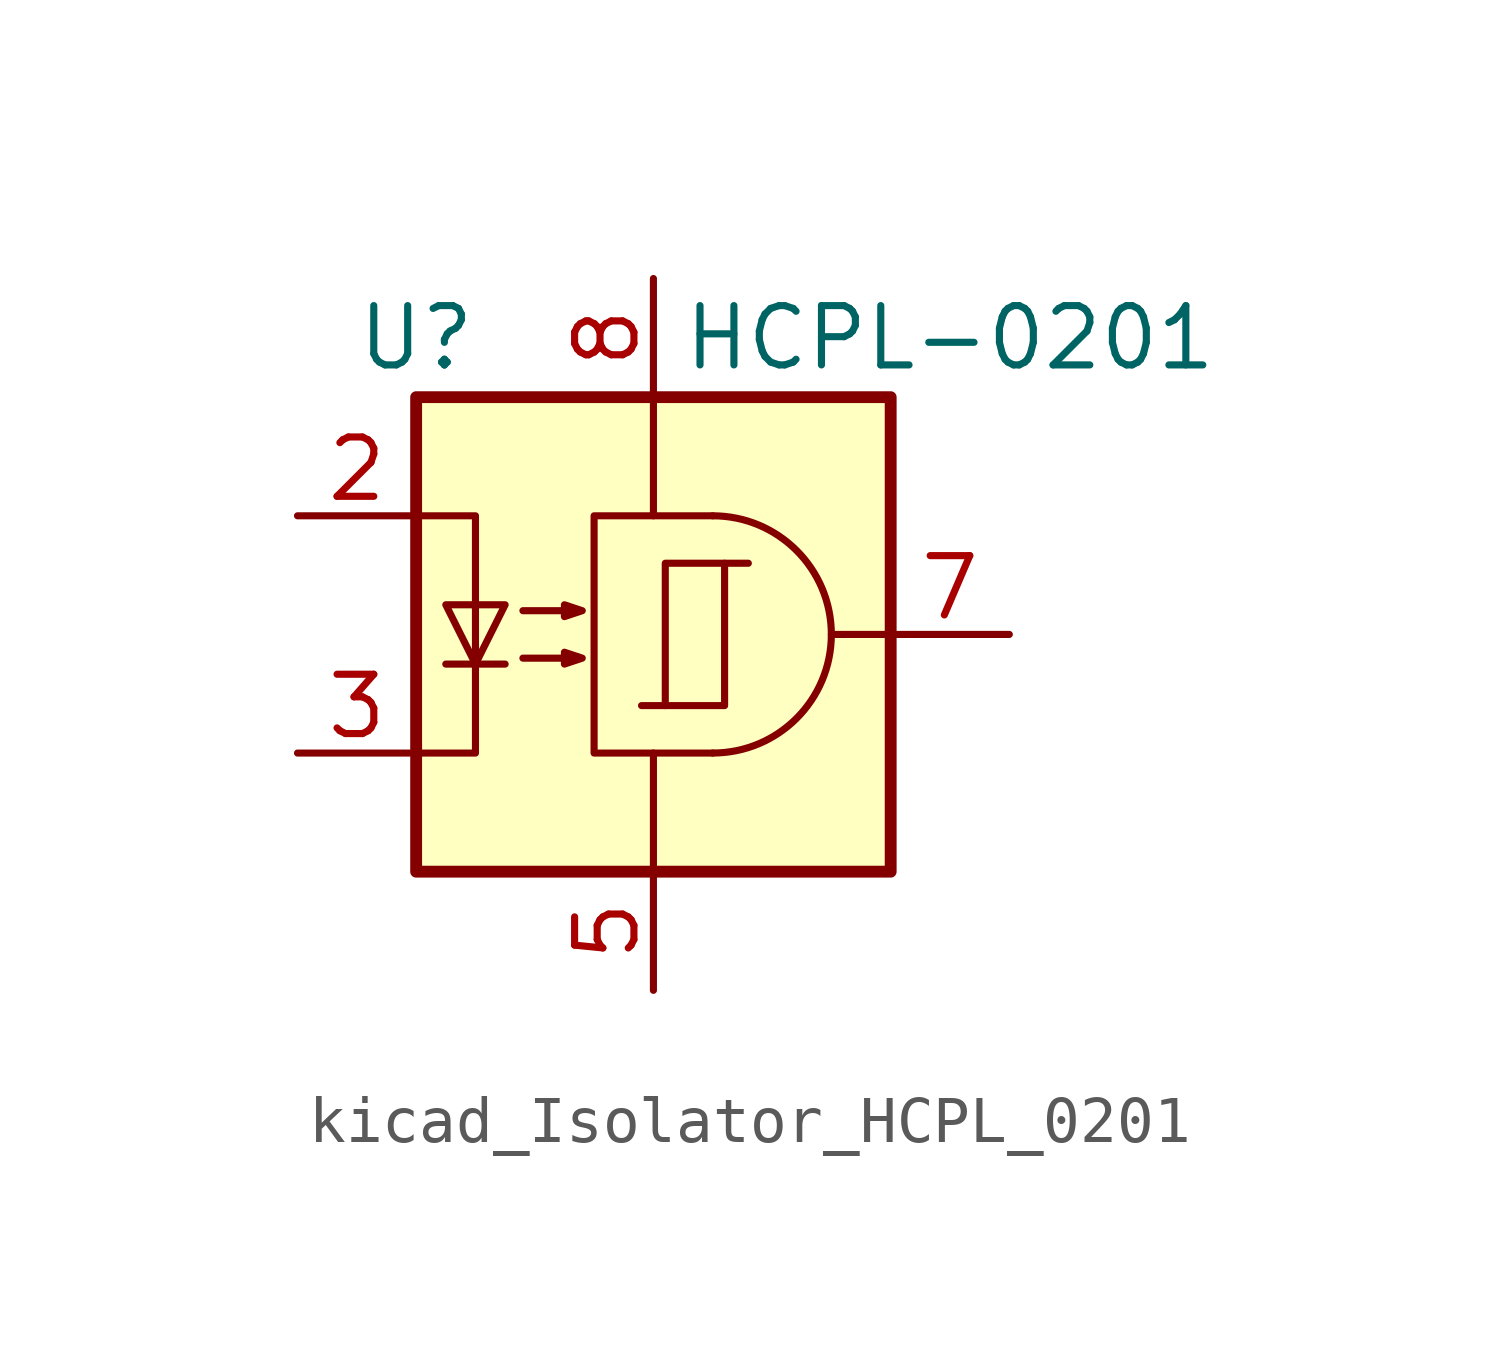
<source format=kicad_sym>
(kicad_symbol_lib
  (version 20220914)
  (generator kicad_symbol_editor)
  (symbol "kicad_Isolator_HCPL_0201"
    (property "Reference" "U"
      (at -5.08 6.35 0)
      (effects (font (size 1.27 1.27))))
    (property "Value" "HCPL-0201"
      (at 6.35 6.35 0)
      (effects (font (size 1.27 1.27))))
    (symbol "kicad_Isolator_HCPL_0201_0_1"
      (polyline (pts (xy 0.254 -1.524) (xy -0.254 -1.524)) (stroke (width 0) (type default)) (fill (type none)))
      (polyline (pts (xy 1.524 1.524) (xy 2.032 1.524)) (stroke (width 0) (type default)) (fill (type none)))
      (polyline (pts (xy 5.08 0) (xy 3.81 0)) (stroke (width 0) (type default)) (fill (type none)))
      (rectangle (start 0.254 1.524) (end 1.524 -1.524) (stroke (width 0) (type default)) (fill (type none))))
    (symbol "kicad_Isolator_HCPL_0201_1_1"
      (rectangle (start -5.08 5.08) (end 5.08 -5.08) (stroke (width 0.254) (type default)) (fill (type background)))
      (polyline (pts (xy -4.445 -0.635) (xy -3.175 -0.635)) (stroke (width 0) (type default)) (fill (type none)))
      (polyline (pts (xy 0 2.54) (xy 0 5.08)) (stroke (width 0) (type default)) (fill (type none)))
      (polyline (pts (xy 0 -2.54) (xy 0 -5.08) (xy 0 -3.81)) (stroke (width 0) (type default)) (fill (type none)))
      (polyline (pts (xy -5.08 -2.54) (xy -3.81 -2.54) (xy -3.81 2.54) (xy -5.08 2.54)) (stroke (width 0) (type default)) (fill (type none)))
      (polyline (pts (xy -3.81 -0.635) (xy -4.445 0.635) (xy -3.175 0.635) (xy -3.81 -0.635)) (stroke (width 0) (type default)) (fill (type none)))
      (polyline (pts (xy 1.27 -2.54) (xy -1.27 -2.54) (xy -1.27 2.54) (xy 1.27 2.54)) (stroke (width 0) (type default)) (fill (type none)))
      (polyline (pts (xy -2.794 -0.508) (xy -1.524 -0.508) (xy -1.905 -0.635) (xy -1.905 -0.381) (xy -1.524 -0.508)) (stroke (width 0) (type default)) (fill (type none)))
      (polyline (pts (xy -2.794 0.508) (xy -1.524 0.508) (xy -1.905 0.381) (xy -1.905 0.635) (xy -1.524 0.508)) (stroke (width 0) (type default)) (fill (type none)))
      (arc (start 1.27 -2.54) (mid 3.799 0) (end 1.27 2.54) (stroke (width 0) (type default)) (fill (type none)))
      (pin no_connect line (at -5.08 0 0) (length 2.54) hide (name "~" (effects (font (size 1.27 1.27)))) (number "1" (effects (font (size 1.27 1.27)))))
      (pin passive line (at -7.62 2.54 0) (length 2.54) (name "~" (effects (font (size 1.27 1.27)))) (number "2" (effects (font (size 1.27 1.27)))))
      (pin passive line (at -7.62 -2.54 0) (length 2.54) (name "~" (effects (font (size 1.27 1.27)))) (number "3" (effects (font (size 1.27 1.27)))))
      (pin no_connect line (at -5.08 -5.08 0) (length 2.54) hide (name "~" (effects (font (size 1.27 1.27)))) (number "4" (effects (font (size 1.27 1.27)))))
      (pin power_in line (at 0 -7.62 90) (length 2.54) (name "~" (effects (font (size 1.27 1.27)))) (number "5" (effects (font (size 1.27 1.27)))))
      (pin no_connect line (at 5.08 -2.54 180) (length 2.54) hide (name "~" (effects (font (size 1.27 1.27)))) (number "6" (effects (font (size 1.27 1.27)))))
      (pin output line (at 7.62 0 180) (length 2.54) (name "~" (effects (font (size 1.27 1.27)))) (number "7" (effects (font (size 1.27 1.27)))))
      (pin power_in line (at 0 7.62 270) (length 2.54) (name "~" (effects (font (size 1.27 1.27)))) (number "8" (effects (font (size 1.27 1.27))))))))
</source>
